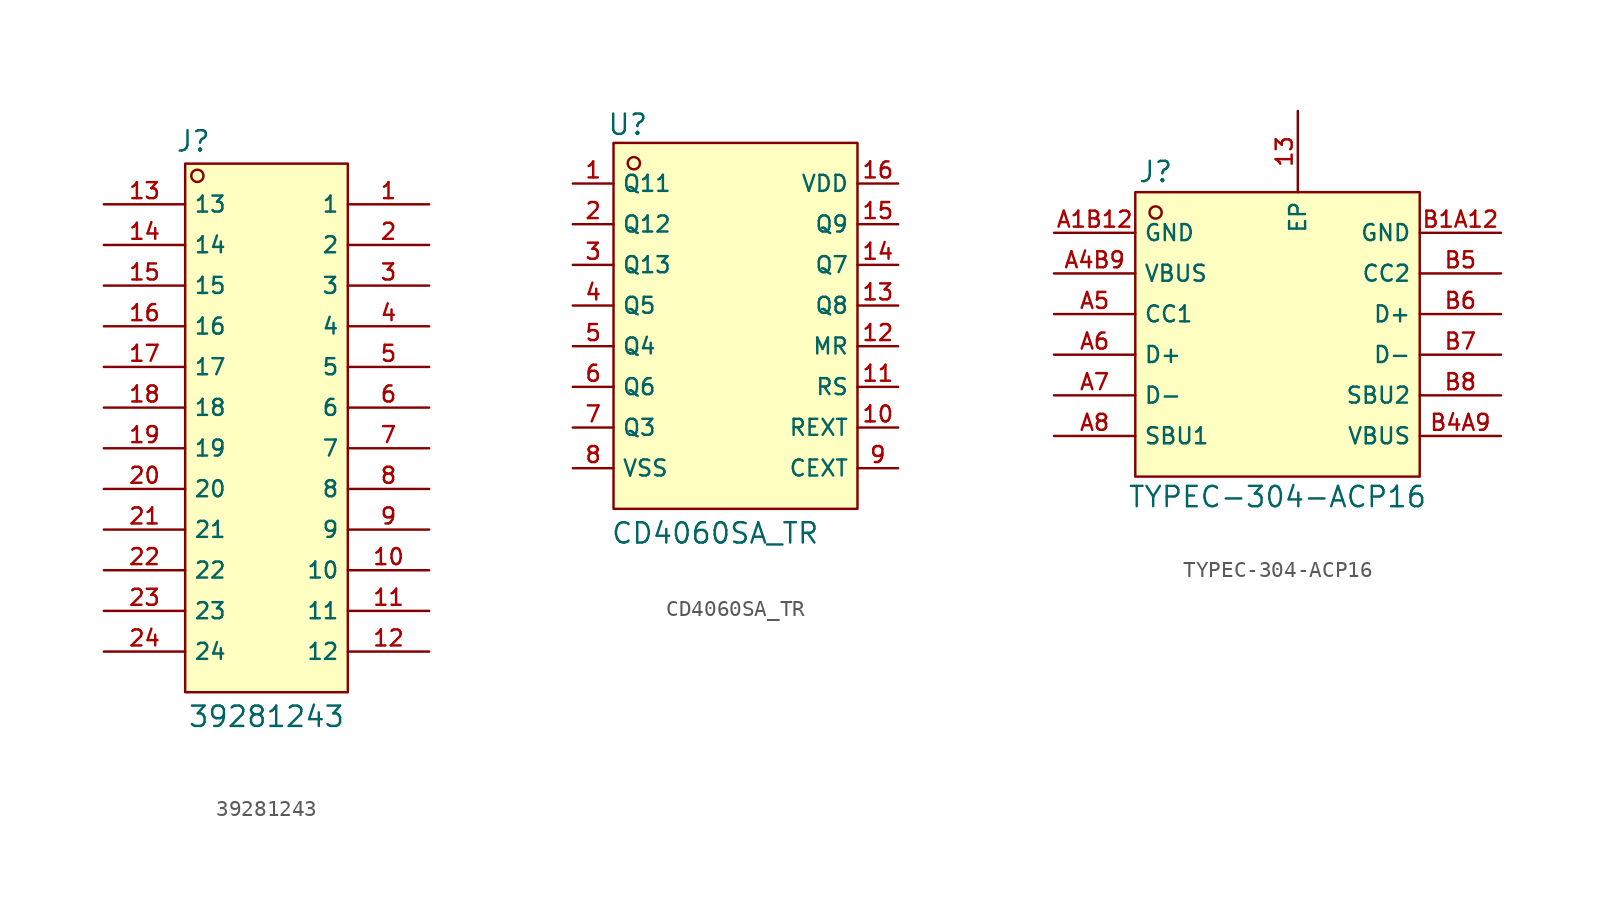
<source format=kicad_sym>
(kicad_symbol_lib
  (version 20220914)
  (generator kicad_symbol_editor)
  (symbol "39281243"
    (property "Reference" "J"
      (at -4.826 14.224 0)
      (effects (font (size 1.27 1.27))))
    (property "Value" "39281243"
      (at -0.254 -21.717 0)
      (effects (font (size 1.27 1.27))))
    (symbol "39281243_0_1"
      (rectangle (start -5.334 12.827) (end 4.826 -20.193) (stroke (width 0) (type default)) (fill (type background)))
      (circle (center -4.572 12.065) (radius 0.381) (stroke (width 0) (type default)) (fill (type background)))
      (pin unspecified line (at 9.906 10.287 180) (length 5.08) (name "1" (effects (font (size 1 1)))) (number "1" (effects (font (size 1 1)))))
      (pin unspecified line (at 9.906 -12.573 180) (length 5.08) (name "10" (effects (font (size 1 1)))) (number "10" (effects (font (size 1 1)))))
      (pin unspecified line (at 9.906 -15.113 180) (length 5.08) (name "11" (effects (font (size 1 1)))) (number "11" (effects (font (size 1 1)))))
      (pin unspecified line (at 9.906 -17.653 180) (length 5.08) (name "12" (effects (font (size 1 1)))) (number "12" (effects (font (size 1 1)))))
      (pin unspecified line (at -10.414 10.287 0) (length 5.08) (name "13" (effects (font (size 1 1)))) (number "13" (effects (font (size 1 1)))))
      (pin unspecified line (at -10.414 7.747 0) (length 5.08) (name "14" (effects (font (size 1 1)))) (number "14" (effects (font (size 1 1)))))
      (pin unspecified line (at -10.414 5.207 0) (length 5.08) (name "15" (effects (font (size 1 1)))) (number "15" (effects (font (size 1 1)))))
      (pin unspecified line (at -10.414 2.667 0) (length 5.08) (name "16" (effects (font (size 1 1)))) (number "16" (effects (font (size 1 1)))))
      (pin unspecified line (at -10.414 0.127 0) (length 5.08) (name "17" (effects (font (size 1 1)))) (number "17" (effects (font (size 1 1)))))
      (pin unspecified line (at -10.414 -2.413 0) (length 5.08) (name "18" (effects (font (size 1 1)))) (number "18" (effects (font (size 1 1)))))
      (pin unspecified line (at -10.414 -4.953 0) (length 5.08) (name "19" (effects (font (size 1 1)))) (number "19" (effects (font (size 1 1)))))
      (pin unspecified line (at 9.906 7.747 180) (length 5.08) (name "2" (effects (font (size 1 1)))) (number "2" (effects (font (size 1 1)))))
      (pin unspecified line (at -10.414 -7.493 0) (length 5.08) (name "20" (effects (font (size 1 1)))) (number "20" (effects (font (size 1 1)))))
      (pin unspecified line (at -10.414 -10.033 0) (length 5.08) (name "21" (effects (font (size 1 1)))) (number "21" (effects (font (size 1 1)))))
      (pin unspecified line (at -10.414 -12.573 0) (length 5.08) (name "22" (effects (font (size 1 1)))) (number "22" (effects (font (size 1 1)))))
      (pin unspecified line (at -10.414 -15.113 0) (length 5.08) (name "23" (effects (font (size 1 1)))) (number "23" (effects (font (size 1 1)))))
      (pin unspecified line (at -10.414 -17.653 0) (length 5.08) (name "24" (effects (font (size 1 1)))) (number "24" (effects (font (size 1 1)))))
      (pin unspecified line (at 9.906 5.207 180) (length 5.08) (name "3" (effects (font (size 1 1)))) (number "3" (effects (font (size 1 1)))))
      (pin unspecified line (at 9.906 2.667 180) (length 5.08) (name "4" (effects (font (size 1 1)))) (number "4" (effects (font (size 1 1)))))
      (pin unspecified line (at 9.906 0.127 180) (length 5.08) (name "5" (effects (font (size 1 1)))) (number "5" (effects (font (size 1 1)))))
      (pin unspecified line (at 9.906 -2.413 180) (length 5.08) (name "6" (effects (font (size 1 1)))) (number "6" (effects (font (size 1 1)))))
      (pin unspecified line (at 9.906 -4.953 180) (length 5.08) (name "7" (effects (font (size 1 1)))) (number "7" (effects (font (size 1 1)))))
      (pin unspecified line (at 9.906 -7.493 180) (length 5.08) (name "8" (effects (font (size 1 1)))) (number "8" (effects (font (size 1 1)))))
      (pin unspecified line (at 9.906 -10.033 180) (length 5.08) (name "9" (effects (font (size 1 1)))) (number "9" (effects (font (size 1 1)))))))
  (symbol "CD4060SA_TR"
    (property "Reference" "U"
      (at -6.731 12.573 0)
      (effects (font (size 1.27 1.27))))
    (property "Value" "CD4060SA_TR"
      (at -1.27 -12.954 0)
      (effects (font (size 1.27 1.27))))
    (symbol "CD4060SA_TR_0_1"
      (rectangle (start -7.62 11.43) (end 7.62 -11.43) (stroke (width 0) (type default)) (fill (type background)))
      (circle (center -6.35 10.16) (radius 0.381) (stroke (width 0) (type default)) (fill (type background)))
      (pin unspecified line (at -10.16 8.89 0) (length 2.54) (name "Q11" (effects (font (size 1 1)))) (number "1" (effects (font (size 1 1)))))
      (pin unspecified line (at 10.16 -6.35 180) (length 2.54) (name "REXT" (effects (font (size 1 1)))) (number "10" (effects (font (size 1 1)))))
      (pin unspecified line (at 10.16 -3.81 180) (length 2.54) (name "RS" (effects (font (size 1 1)))) (number "11" (effects (font (size 1 1)))))
      (pin unspecified line (at 10.16 -1.27 180) (length 2.54) (name "MR" (effects (font (size 1 1)))) (number "12" (effects (font (size 1 1)))))
      (pin unspecified line (at 10.16 1.27 180) (length 2.54) (name "Q8" (effects (font (size 1 1)))) (number "13" (effects (font (size 1 1)))))
      (pin unspecified line (at 10.16 3.81 180) (length 2.54) (name "Q7" (effects (font (size 1 1)))) (number "14" (effects (font (size 1 1)))))
      (pin unspecified line (at 10.16 6.35 180) (length 2.54) (name "Q9" (effects (font (size 1 1)))) (number "15" (effects (font (size 1 1)))))
      (pin unspecified line (at 10.16 8.89 180) (length 2.54) (name "VDD" (effects (font (size 1 1)))) (number "16" (effects (font (size 1 1)))))
      (pin unspecified line (at -10.16 6.35 0) (length 2.54) (name "Q12" (effects (font (size 1 1)))) (number "2" (effects (font (size 1 1)))))
      (pin unspecified line (at -10.16 3.81 0) (length 2.54) (name "Q13" (effects (font (size 1 1)))) (number "3" (effects (font (size 1 1)))))
      (pin unspecified line (at -10.16 1.27 0) (length 2.54) (name "Q5" (effects (font (size 1 1)))) (number "4" (effects (font (size 1 1)))))
      (pin unspecified line (at -10.16 -1.27 0) (length 2.54) (name "Q4" (effects (font (size 1 1)))) (number "5" (effects (font (size 1 1)))))
      (pin unspecified line (at -10.16 -3.81 0) (length 2.54) (name "Q6" (effects (font (size 1 1)))) (number "6" (effects (font (size 1 1)))))
      (pin unspecified line (at -10.16 -6.35 0) (length 2.54) (name "Q3" (effects (font (size 1 1)))) (number "7" (effects (font (size 1 1)))))
      (pin unspecified line (at -10.16 -8.89 0) (length 2.54) (name "VSS" (effects (font (size 1 1)))) (number "8" (effects (font (size 1 1)))))
      (pin unspecified line (at 10.16 -8.89 180) (length 2.54) (name "CEXT" (effects (font (size 1 1)))) (number "9" (effects (font (size 1 1)))))))
  (symbol "TYPEC-304-ACP16"
    (property "Reference" "J"
      (at -6.35 8.89 0)
      (effects (font (size 1.27 1.27))))
    (property "Value" "TYPEC-304-ACP16"
      (at 1.27 -11.43 0)
      (effects (font (size 1.27 1.27))))
    (symbol "TYPEC-304-ACP16_0_1"
      (rectangle (start -7.62 7.62) (end 10.16 -10.16) (stroke (width 0) (type default)) (fill (type background)))
      (circle (center -6.35 6.35) (radius 0.381) (stroke (width 0) (type default)) (fill (type background)))
      (pin unspecified line (at 2.54 12.7 270) (length 5.08) (name "EP" (effects (font (size 1 1)))) (number "13" (effects (font (size 1 1))))))
    (symbol "TYPEC-304-ACP16_1_1"
      (pin unspecified line (at -12.7 5.08 0) (length 5.08) (name "GND" (effects (font (size 1 1)))) (number "A1B12" (effects (font (size 1 1)))))
      (pin unspecified line (at -12.7 2.54 0) (length 5.08) (name "VBUS" (effects (font (size 1 1)))) (number "A4B9" (effects (font (size 1 1)))))
      (pin unspecified line (at -12.7 0 0) (length 5.08) (name "CC1" (effects (font (size 1 1)))) (number "A5" (effects (font (size 1 1)))))
      (pin unspecified line (at -12.7 -2.54 0) (length 5.08) (name "D+" (effects (font (size 1 1)))) (number "A6" (effects (font (size 1 1)))))
      (pin unspecified line (at -12.7 -5.08 0) (length 5.08) (name "D-" (effects (font (size 1 1)))) (number "A7" (effects (font (size 1 1)))))
      (pin unspecified line (at -12.7 -7.62 0) (length 5.08) (name "SBU1" (effects (font (size 1 1)))) (number "A8" (effects (font (size 1 1)))))
      (pin unspecified line (at 15.24 5.08 180) (length 5.08) (name "GND" (effects (font (size 1 1)))) (number "B1A12" (effects (font (size 1 1)))))
      (pin unspecified line (at 15.24 -7.62 180) (length 5.08) (name "VBUS" (effects (font (size 1 1)))) (number "B4A9" (effects (font (size 1 1)))))
      (pin unspecified line (at 15.24 2.54 180) (length 5.08) (name "CC2" (effects (font (size 1 1)))) (number "B5" (effects (font (size 1 1)))))
      (pin unspecified line (at 15.24 0 180) (length 5.08) (name "D+" (effects (font (size 1 1)))) (number "B6" (effects (font (size 1 1)))))
      (pin unspecified line (at 15.24 -2.54 180) (length 5.08) (name "D-" (effects (font (size 1 1)))) (number "B7" (effects (font (size 1 1)))))
      (pin unspecified line (at 15.24 -5.08 180) (length 5.08) (name "SBU2" (effects (font (size 1 1)))) (number "B8" (effects (font (size 1 1))))))))
</source>
